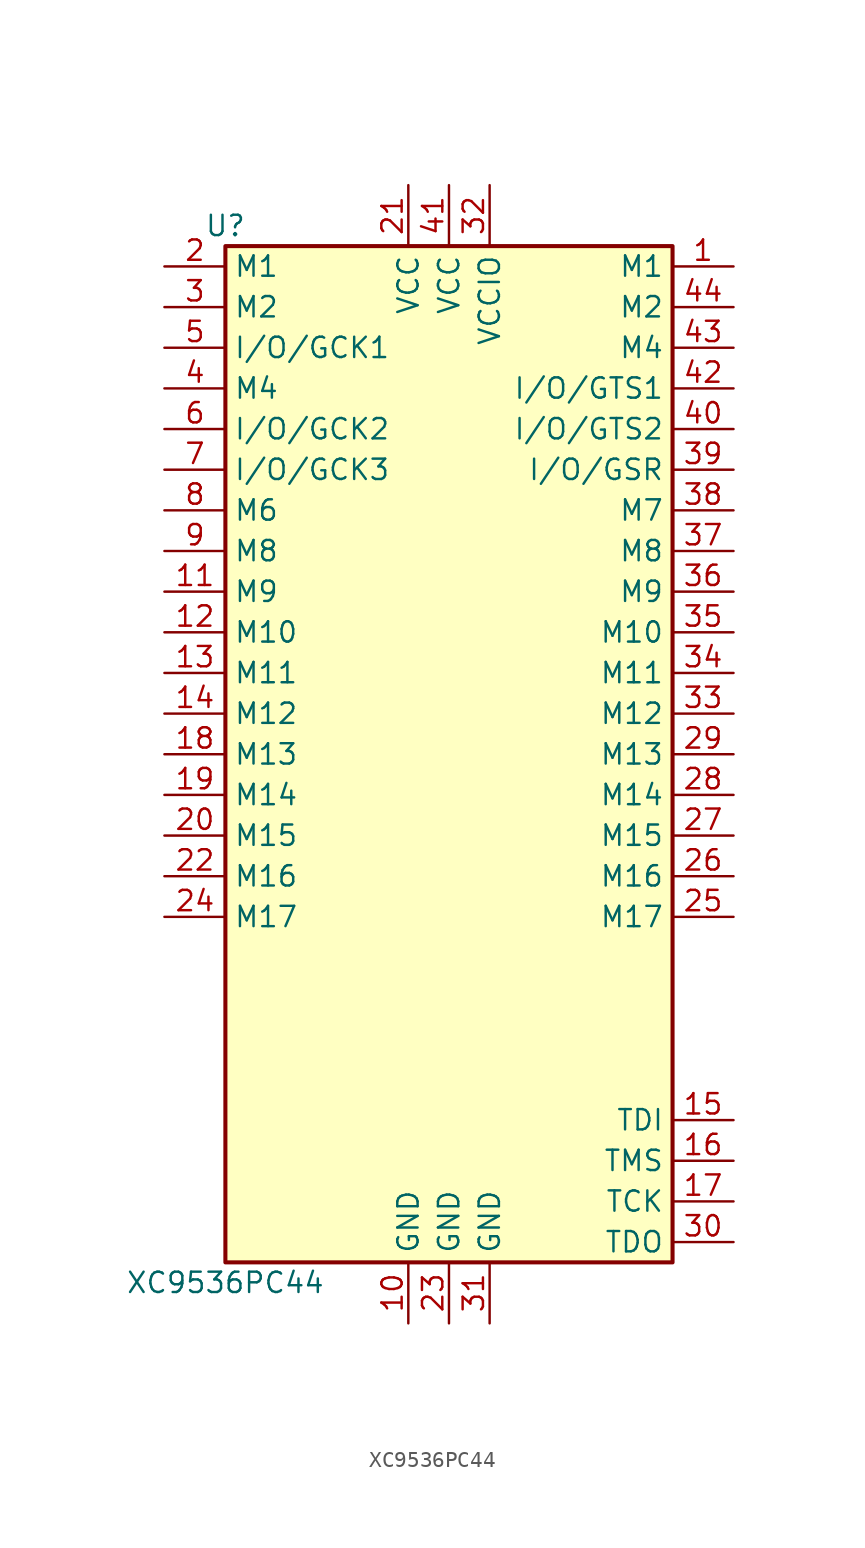
<source format=kicad_sym>
(kicad_symbol_lib
  (version 20231120)
  (generator "kicad_symbol_editor")
  (generator_version "8.0")
  (symbol "XC9536PC44"
    (property "Reference" "U"
      (at -13.97 33.02 0)
      (effects (font (size 1.27 1.27))))
    (property "Value" "XC9536PC44"
      (at -13.97 -33.02 0)
      (effects (font (size 1.27 1.27))))
    (symbol "XC9536PC44_1_1"
      (rectangle (start -13.97 31.75) (end 13.97 -31.75) (stroke (width 0.254) (type default)) (fill (type background)))
      (pin bidirectional line (at 17.78 30.48 180) (length 3.81) (name "M1" (effects (font (size 1.27 1.27)))) (number "1" (effects (font (size 1.27 1.27)))))
      (pin power_in line (at -2.54 -35.56 90) (length 3.81) (name "GND" (effects (font (size 1.27 1.27)))) (number "10" (effects (font (size 1.27 1.27)))))
      (pin bidirectional line (at -17.78 10.16 0) (length 3.81) (name "M9" (effects (font (size 1.27 1.27)))) (number "11" (effects (font (size 1.27 1.27)))))
      (pin bidirectional line (at -17.78 7.62 0) (length 3.81) (name "M10" (effects (font (size 1.27 1.27)))) (number "12" (effects (font (size 1.27 1.27)))))
      (pin bidirectional line (at -17.78 5.08 0) (length 3.81) (name "M11" (effects (font (size 1.27 1.27)))) (number "13" (effects (font (size 1.27 1.27)))))
      (pin bidirectional line (at -17.78 2.54 0) (length 3.81) (name "M12" (effects (font (size 1.27 1.27)))) (number "14" (effects (font (size 1.27 1.27)))))
      (pin input line (at 17.78 -22.86 180) (length 3.81) (name "TDI" (effects (font (size 1.27 1.27)))) (number "15" (effects (font (size 1.27 1.27)))))
      (pin input line (at 17.78 -25.4 180) (length 3.81) (name "TMS" (effects (font (size 1.27 1.27)))) (number "16" (effects (font (size 1.27 1.27)))))
      (pin input line (at 17.78 -27.94 180) (length 3.81) (name "TCK" (effects (font (size 1.27 1.27)))) (number "17" (effects (font (size 1.27 1.27)))))
      (pin bidirectional line (at -17.78 0 0) (length 3.81) (name "M13" (effects (font (size 1.27 1.27)))) (number "18" (effects (font (size 1.27 1.27)))))
      (pin bidirectional line (at -17.78 -2.54 0) (length 3.81) (name "M14" (effects (font (size 1.27 1.27)))) (number "19" (effects (font (size 1.27 1.27)))))
      (pin bidirectional line (at -17.78 30.48 0) (length 3.81) (name "M1" (effects (font (size 1.27 1.27)))) (number "2" (effects (font (size 1.27 1.27)))))
      (pin bidirectional line (at -17.78 -5.08 0) (length 3.81) (name "M15" (effects (font (size 1.27 1.27)))) (number "20" (effects (font (size 1.27 1.27)))))
      (pin power_in line (at -2.54 35.56 270) (length 3.81) (name "VCC" (effects (font (size 1.27 1.27)))) (number "21" (effects (font (size 1.27 1.27)))))
      (pin bidirectional line (at -17.78 -7.62 0) (length 3.81) (name "M16" (effects (font (size 1.27 1.27)))) (number "22" (effects (font (size 1.27 1.27)))))
      (pin power_in line (at 0 -35.56 90) (length 3.81) (name "GND" (effects (font (size 1.27 1.27)))) (number "23" (effects (font (size 1.27 1.27)))))
      (pin bidirectional line (at -17.78 -10.16 0) (length 3.81) (name "M17" (effects (font (size 1.27 1.27)))) (number "24" (effects (font (size 1.27 1.27)))))
      (pin bidirectional line (at 17.78 -10.16 180) (length 3.81) (name "M17" (effects (font (size 1.27 1.27)))) (number "25" (effects (font (size 1.27 1.27)))))
      (pin bidirectional line (at 17.78 -7.62 180) (length 3.81) (name "M16" (effects (font (size 1.27 1.27)))) (number "26" (effects (font (size 1.27 1.27)))))
      (pin bidirectional line (at 17.78 -5.08 180) (length 3.81) (name "M15" (effects (font (size 1.27 1.27)))) (number "27" (effects (font (size 1.27 1.27)))))
      (pin bidirectional line (at 17.78 -2.54 180) (length 3.81) (name "M14" (effects (font (size 1.27 1.27)))) (number "28" (effects (font (size 1.27 1.27)))))
      (pin bidirectional line (at 17.78 0 180) (length 3.81) (name "M13" (effects (font (size 1.27 1.27)))) (number "29" (effects (font (size 1.27 1.27)))))
      (pin bidirectional line (at -17.78 27.94 0) (length 3.81) (name "M2" (effects (font (size 1.27 1.27)))) (number "3" (effects (font (size 1.27 1.27)))))
      (pin output line (at 17.78 -30.48 180) (length 3.81) (name "TDO" (effects (font (size 1.27 1.27)))) (number "30" (effects (font (size 1.27 1.27)))))
      (pin power_in line (at 2.54 -35.56 90) (length 3.81) (name "GND" (effects (font (size 1.27 1.27)))) (number "31" (effects (font (size 1.27 1.27)))))
      (pin power_in line (at 2.54 35.56 270) (length 3.81) (name "VCCIO" (effects (font (size 1.27 1.27)))) (number "32" (effects (font (size 1.27 1.27)))))
      (pin bidirectional line (at 17.78 2.54 180) (length 3.81) (name "M12" (effects (font (size 1.27 1.27)))) (number "33" (effects (font (size 1.27 1.27)))))
      (pin bidirectional line (at 17.78 5.08 180) (length 3.81) (name "M11" (effects (font (size 1.27 1.27)))) (number "34" (effects (font (size 1.27 1.27)))))
      (pin bidirectional line (at 17.78 7.62 180) (length 3.81) (name "M10" (effects (font (size 1.27 1.27)))) (number "35" (effects (font (size 1.27 1.27)))))
      (pin bidirectional line (at 17.78 10.16 180) (length 3.81) (name "M9" (effects (font (size 1.27 1.27)))) (number "36" (effects (font (size 1.27 1.27)))))
      (pin bidirectional line (at 17.78 12.7 180) (length 3.81) (name "M8" (effects (font (size 1.27 1.27)))) (number "37" (effects (font (size 1.27 1.27)))))
      (pin bidirectional line (at 17.78 15.24 180) (length 3.81) (name "M7" (effects (font (size 1.27 1.27)))) (number "38" (effects (font (size 1.27 1.27)))))
      (pin bidirectional line (at 17.78 17.78 180) (length 3.81) (name "I/O/GSR" (effects (font (size 1.27 1.27)))) (number "39" (effects (font (size 1.27 1.27)))))
      (pin bidirectional line (at -17.78 22.86 0) (length 3.81) (name "M4" (effects (font (size 1.27 1.27)))) (number "4" (effects (font (size 1.27 1.27)))))
      (pin bidirectional line (at 17.78 20.32 180) (length 3.81) (name "I/O/GTS2" (effects (font (size 1.27 1.27)))) (number "40" (effects (font (size 1.27 1.27)))))
      (pin power_in line (at 0 35.56 270) (length 3.81) (name "VCC" (effects (font (size 1.27 1.27)))) (number "41" (effects (font (size 1.27 1.27)))))
      (pin bidirectional line (at 17.78 22.86 180) (length 3.81) (name "I/O/GTS1" (effects (font (size 1.27 1.27)))) (number "42" (effects (font (size 1.27 1.27)))))
      (pin bidirectional line (at 17.78 25.4 180) (length 3.81) (name "M4" (effects (font (size 1.27 1.27)))) (number "43" (effects (font (size 1.27 1.27)))))
      (pin bidirectional line (at 17.78 27.94 180) (length 3.81) (name "M2" (effects (font (size 1.27 1.27)))) (number "44" (effects (font (size 1.27 1.27)))))
      (pin bidirectional line (at -17.78 25.4 0) (length 3.81) (name "I/O/GCK1" (effects (font (size 1.27 1.27)))) (number "5" (effects (font (size 1.27 1.27)))))
      (pin bidirectional line (at -17.78 20.32 0) (length 3.81) (name "I/O/GCK2" (effects (font (size 1.27 1.27)))) (number "6" (effects (font (size 1.27 1.27)))))
      (pin bidirectional line (at -17.78 17.78 0) (length 3.81) (name "I/O/GCK3" (effects (font (size 1.27 1.27)))) (number "7" (effects (font (size 1.27 1.27)))))
      (pin bidirectional line (at -17.78 15.24 0) (length 3.81) (name "M6" (effects (font (size 1.27 1.27)))) (number "8" (effects (font (size 1.27 1.27)))))
      (pin bidirectional line (at -17.78 12.7 0) (length 3.81) (name "M8" (effects (font (size 1.27 1.27)))) (number "9" (effects (font (size 1.27 1.27))))))))
</source>
